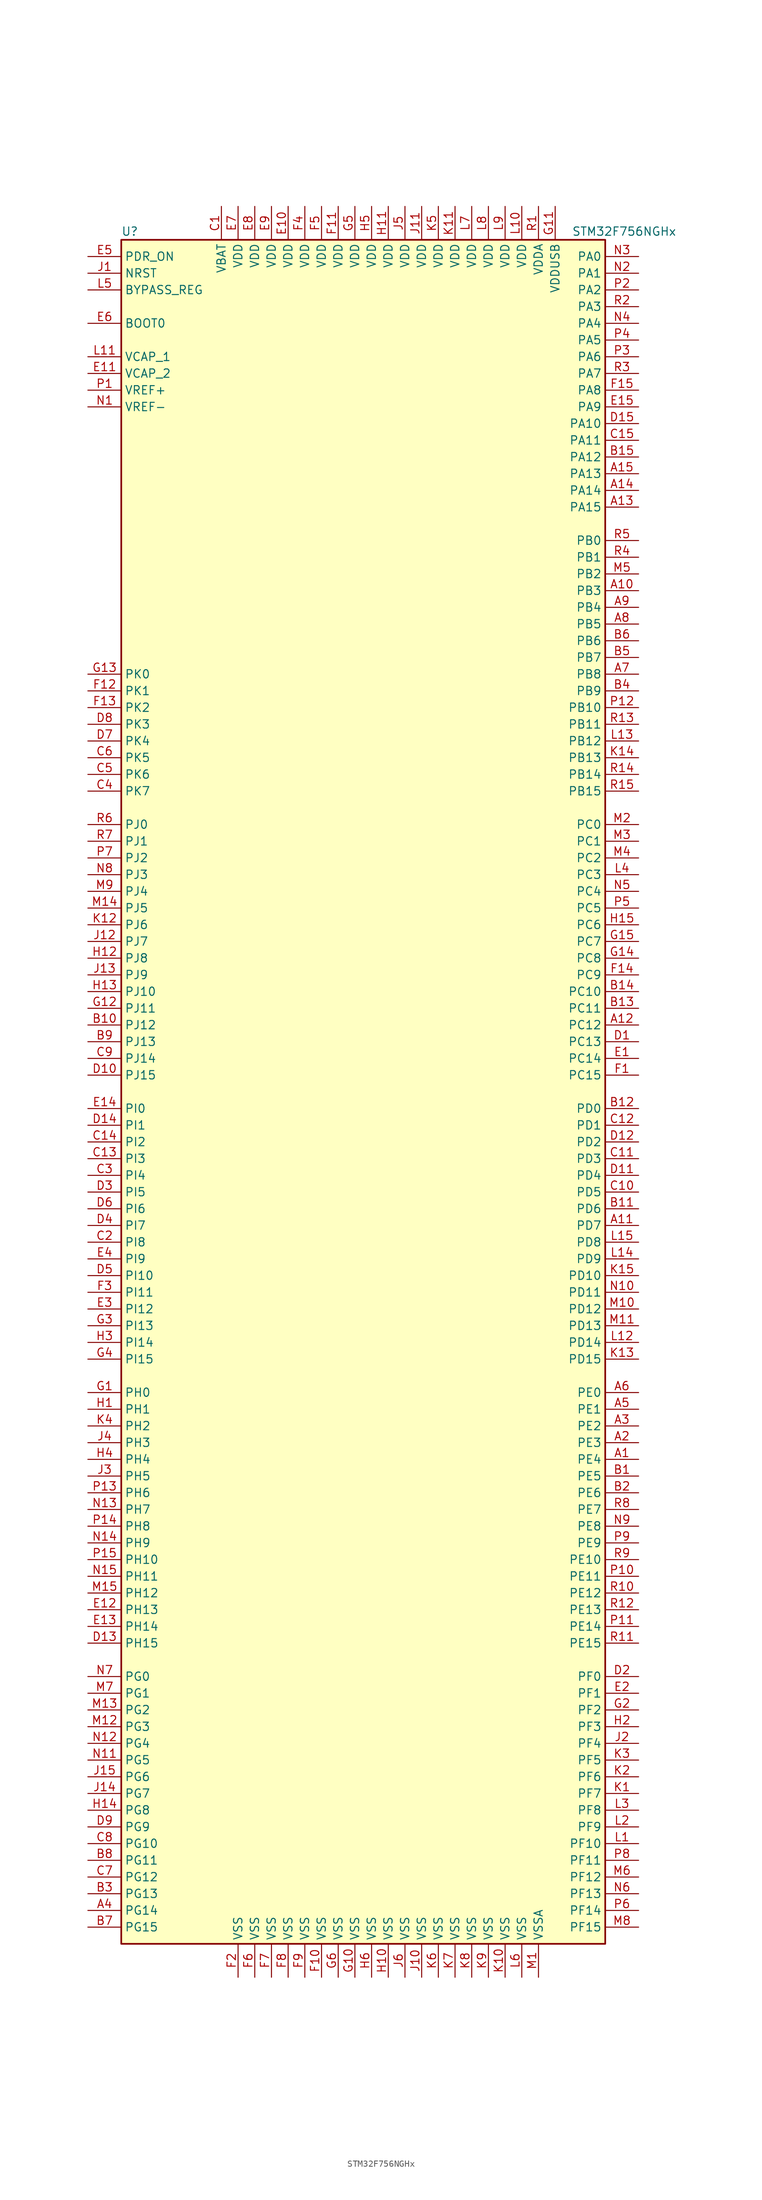
<source format=kicad_sym>
(kicad_symbol_lib
  (version 20201005)
  (generator kicad_symbol_editor)
  (symbol "MCU_ST_STM32F7:STM32F756NGHx"
    (property "Reference" "U"
      (at -38.1 130.81 0)
      (effects (font (size 1.27 1.27)) (justify left)))
    (property "Value" "STM32F756NGHx"
      (at 30.48 130.81 0)
      (effects (font (size 1.27 1.27)) (justify left)))
    (symbol "STM32F756NGHx_0_1"
      (rectangle (start -38.1 -129.54) (end 35.56 129.54) (stroke (width 0.254)) (fill (type background))))
    (symbol "STM32F756NGHx_1_1"
      (pin input line (at -43.18 116.84 0) (length 5.08) (name "BOOT0" (effects (font (size 1.27 1.27)))) (number "E6" (effects (font (size 1.27 1.27)))))
      (pin input line (at -43.18 121.92 0) (length 5.08) (name "BYPASS_REG" (effects (font (size 1.27 1.27)))) (number "L5" (effects (font (size 1.27 1.27)))))
      (pin input line (at -43.18 124.46 0) (length 5.08) (name "NRST" (effects (font (size 1.27 1.27)))) (number "J1" (effects (font (size 1.27 1.27)))))
      (pin bidirectional line (at 40.64 127 180) (length 5.08) (name "PA0" (effects (font (size 1.27 1.27)))) (number "N3" (effects (font (size 1.27 1.27)))))
      (pin bidirectional line (at 40.64 124.46 180) (length 5.08) (name "PA1" (effects (font (size 1.27 1.27)))) (number "N2" (effects (font (size 1.27 1.27)))))
      (pin bidirectional line (at 40.64 101.6 180) (length 5.08) (name "PA10" (effects (font (size 1.27 1.27)))) (number "D15" (effects (font (size 1.27 1.27)))))
      (pin bidirectional line (at 40.64 99.06 180) (length 5.08) (name "PA11" (effects (font (size 1.27 1.27)))) (number "C15" (effects (font (size 1.27 1.27)))))
      (pin bidirectional line (at 40.64 96.52 180) (length 5.08) (name "PA12" (effects (font (size 1.27 1.27)))) (number "B15" (effects (font (size 1.27 1.27)))))
      (pin bidirectional line (at 40.64 93.98 180) (length 5.08) (name "PA13" (effects (font (size 1.27 1.27)))) (number "A15" (effects (font (size 1.27 1.27)))))
      (pin bidirectional line (at 40.64 91.44 180) (length 5.08) (name "PA14" (effects (font (size 1.27 1.27)))) (number "A14" (effects (font (size 1.27 1.27)))))
      (pin bidirectional line (at 40.64 88.9 180) (length 5.08) (name "PA15" (effects (font (size 1.27 1.27)))) (number "A13" (effects (font (size 1.27 1.27)))))
      (pin bidirectional line (at 40.64 121.92 180) (length 5.08) (name "PA2" (effects (font (size 1.27 1.27)))) (number "P2" (effects (font (size 1.27 1.27)))))
      (pin bidirectional line (at 40.64 119.38 180) (length 5.08) (name "PA3" (effects (font (size 1.27 1.27)))) (number "R2" (effects (font (size 1.27 1.27)))))
      (pin bidirectional line (at 40.64 116.84 180) (length 5.08) (name "PA4" (effects (font (size 1.27 1.27)))) (number "N4" (effects (font (size 1.27 1.27)))))
      (pin bidirectional line (at 40.64 114.3 180) (length 5.08) (name "PA5" (effects (font (size 1.27 1.27)))) (number "P4" (effects (font (size 1.27 1.27)))))
      (pin bidirectional line (at 40.64 111.76 180) (length 5.08) (name "PA6" (effects (font (size 1.27 1.27)))) (number "P3" (effects (font (size 1.27 1.27)))))
      (pin bidirectional line (at 40.64 109.22 180) (length 5.08) (name "PA7" (effects (font (size 1.27 1.27)))) (number "R3" (effects (font (size 1.27 1.27)))))
      (pin bidirectional line (at 40.64 106.68 180) (length 5.08) (name "PA8" (effects (font (size 1.27 1.27)))) (number "F15" (effects (font (size 1.27 1.27)))))
      (pin bidirectional line (at 40.64 104.14 180) (length 5.08) (name "PA9" (effects (font (size 1.27 1.27)))) (number "E15" (effects (font (size 1.27 1.27)))))
      (pin bidirectional line (at 40.64 83.82 180) (length 5.08) (name "PB0" (effects (font (size 1.27 1.27)))) (number "R5" (effects (font (size 1.27 1.27)))))
      (pin bidirectional line (at 40.64 81.28 180) (length 5.08) (name "PB1" (effects (font (size 1.27 1.27)))) (number "R4" (effects (font (size 1.27 1.27)))))
      (pin bidirectional line (at 40.64 58.42 180) (length 5.08) (name "PB10" (effects (font (size 1.27 1.27)))) (number "P12" (effects (font (size 1.27 1.27)))))
      (pin bidirectional line (at 40.64 55.88 180) (length 5.08) (name "PB11" (effects (font (size 1.27 1.27)))) (number "R13" (effects (font (size 1.27 1.27)))))
      (pin bidirectional line (at 40.64 53.34 180) (length 5.08) (name "PB12" (effects (font (size 1.27 1.27)))) (number "L13" (effects (font (size 1.27 1.27)))))
      (pin bidirectional line (at 40.64 50.8 180) (length 5.08) (name "PB13" (effects (font (size 1.27 1.27)))) (number "K14" (effects (font (size 1.27 1.27)))))
      (pin bidirectional line (at 40.64 48.26 180) (length 5.08) (name "PB14" (effects (font (size 1.27 1.27)))) (number "R14" (effects (font (size 1.27 1.27)))))
      (pin bidirectional line (at 40.64 45.72 180) (length 5.08) (name "PB15" (effects (font (size 1.27 1.27)))) (number "R15" (effects (font (size 1.27 1.27)))))
      (pin bidirectional line (at 40.64 78.74 180) (length 5.08) (name "PB2" (effects (font (size 1.27 1.27)))) (number "M5" (effects (font (size 1.27 1.27)))))
      (pin bidirectional line (at 40.64 76.2 180) (length 5.08) (name "PB3" (effects (font (size 1.27 1.27)))) (number "A10" (effects (font (size 1.27 1.27)))))
      (pin bidirectional line (at 40.64 73.66 180) (length 5.08) (name "PB4" (effects (font (size 1.27 1.27)))) (number "A9" (effects (font (size 1.27 1.27)))))
      (pin bidirectional line (at 40.64 71.12 180) (length 5.08) (name "PB5" (effects (font (size 1.27 1.27)))) (number "A8" (effects (font (size 1.27 1.27)))))
      (pin bidirectional line (at 40.64 68.58 180) (length 5.08) (name "PB6" (effects (font (size 1.27 1.27)))) (number "B6" (effects (font (size 1.27 1.27)))))
      (pin bidirectional line (at 40.64 66.04 180) (length 5.08) (name "PB7" (effects (font (size 1.27 1.27)))) (number "B5" (effects (font (size 1.27 1.27)))))
      (pin bidirectional line (at 40.64 63.5 180) (length 5.08) (name "PB8" (effects (font (size 1.27 1.27)))) (number "A7" (effects (font (size 1.27 1.27)))))
      (pin bidirectional line (at 40.64 60.96 180) (length 5.08) (name "PB9" (effects (font (size 1.27 1.27)))) (number "B4" (effects (font (size 1.27 1.27)))))
      (pin bidirectional line (at 40.64 40.64 180) (length 5.08) (name "PC0" (effects (font (size 1.27 1.27)))) (number "M2" (effects (font (size 1.27 1.27)))))
      (pin bidirectional line (at 40.64 38.1 180) (length 5.08) (name "PC1" (effects (font (size 1.27 1.27)))) (number "M3" (effects (font (size 1.27 1.27)))))
      (pin bidirectional line (at 40.64 15.24 180) (length 5.08) (name "PC10" (effects (font (size 1.27 1.27)))) (number "B14" (effects (font (size 1.27 1.27)))))
      (pin bidirectional line (at 40.64 12.7 180) (length 5.08) (name "PC11" (effects (font (size 1.27 1.27)))) (number "B13" (effects (font (size 1.27 1.27)))))
      (pin bidirectional line (at 40.64 10.16 180) (length 5.08) (name "PC12" (effects (font (size 1.27 1.27)))) (number "A12" (effects (font (size 1.27 1.27)))))
      (pin bidirectional line (at 40.64 7.62 180) (length 5.08) (name "PC13" (effects (font (size 1.27 1.27)))) (number "D1" (effects (font (size 1.27 1.27)))))
      (pin bidirectional line (at 40.64 5.08 180) (length 5.08) (name "PC14" (effects (font (size 1.27 1.27)))) (number "E1" (effects (font (size 1.27 1.27)))))
      (pin bidirectional line (at 40.64 2.54 180) (length 5.08) (name "PC15" (effects (font (size 1.27 1.27)))) (number "F1" (effects (font (size 1.27 1.27)))))
      (pin bidirectional line (at 40.64 35.56 180) (length 5.08) (name "PC2" (effects (font (size 1.27 1.27)))) (number "M4" (effects (font (size 1.27 1.27)))))
      (pin bidirectional line (at 40.64 33.02 180) (length 5.08) (name "PC3" (effects (font (size 1.27 1.27)))) (number "L4" (effects (font (size 1.27 1.27)))))
      (pin bidirectional line (at 40.64 30.48 180) (length 5.08) (name "PC4" (effects (font (size 1.27 1.27)))) (number "N5" (effects (font (size 1.27 1.27)))))
      (pin bidirectional line (at 40.64 27.94 180) (length 5.08) (name "PC5" (effects (font (size 1.27 1.27)))) (number "P5" (effects (font (size 1.27 1.27)))))
      (pin bidirectional line (at 40.64 25.4 180) (length 5.08) (name "PC6" (effects (font (size 1.27 1.27)))) (number "H15" (effects (font (size 1.27 1.27)))))
      (pin bidirectional line (at 40.64 22.86 180) (length 5.08) (name "PC7" (effects (font (size 1.27 1.27)))) (number "G15" (effects (font (size 1.27 1.27)))))
      (pin bidirectional line (at 40.64 20.32 180) (length 5.08) (name "PC8" (effects (font (size 1.27 1.27)))) (number "G14" (effects (font (size 1.27 1.27)))))
      (pin bidirectional line (at 40.64 17.78 180) (length 5.08) (name "PC9" (effects (font (size 1.27 1.27)))) (number "F14" (effects (font (size 1.27 1.27)))))
      (pin bidirectional line (at 40.64 -2.54 180) (length 5.08) (name "PD0" (effects (font (size 1.27 1.27)))) (number "B12" (effects (font (size 1.27 1.27)))))
      (pin bidirectional line (at 40.64 -5.08 180) (length 5.08) (name "PD1" (effects (font (size 1.27 1.27)))) (number "C12" (effects (font (size 1.27 1.27)))))
      (pin bidirectional line (at 40.64 -27.94 180) (length 5.08) (name "PD10" (effects (font (size 1.27 1.27)))) (number "K15" (effects (font (size 1.27 1.27)))))
      (pin bidirectional line (at 40.64 -30.48 180) (length 5.08) (name "PD11" (effects (font (size 1.27 1.27)))) (number "N10" (effects (font (size 1.27 1.27)))))
      (pin bidirectional line (at 40.64 -33.02 180) (length 5.08) (name "PD12" (effects (font (size 1.27 1.27)))) (number "M10" (effects (font (size 1.27 1.27)))))
      (pin bidirectional line (at 40.64 -35.56 180) (length 5.08) (name "PD13" (effects (font (size 1.27 1.27)))) (number "M11" (effects (font (size 1.27 1.27)))))
      (pin bidirectional line (at 40.64 -38.1 180) (length 5.08) (name "PD14" (effects (font (size 1.27 1.27)))) (number "L12" (effects (font (size 1.27 1.27)))))
      (pin bidirectional line (at 40.64 -40.64 180) (length 5.08) (name "PD15" (effects (font (size 1.27 1.27)))) (number "K13" (effects (font (size 1.27 1.27)))))
      (pin bidirectional line (at 40.64 -7.62 180) (length 5.08) (name "PD2" (effects (font (size 1.27 1.27)))) (number "D12" (effects (font (size 1.27 1.27)))))
      (pin bidirectional line (at 40.64 -10.16 180) (length 5.08) (name "PD3" (effects (font (size 1.27 1.27)))) (number "C11" (effects (font (size 1.27 1.27)))))
      (pin bidirectional line (at 40.64 -12.7 180) (length 5.08) (name "PD4" (effects (font (size 1.27 1.27)))) (number "D11" (effects (font (size 1.27 1.27)))))
      (pin bidirectional line (at 40.64 -15.24 180) (length 5.08) (name "PD5" (effects (font (size 1.27 1.27)))) (number "C10" (effects (font (size 1.27 1.27)))))
      (pin bidirectional line (at 40.64 -17.78 180) (length 5.08) (name "PD6" (effects (font (size 1.27 1.27)))) (number "B11" (effects (font (size 1.27 1.27)))))
      (pin bidirectional line (at 40.64 -20.32 180) (length 5.08) (name "PD7" (effects (font (size 1.27 1.27)))) (number "A11" (effects (font (size 1.27 1.27)))))
      (pin bidirectional line (at 40.64 -22.86 180) (length 5.08) (name "PD8" (effects (font (size 1.27 1.27)))) (number "L15" (effects (font (size 1.27 1.27)))))
      (pin bidirectional line (at 40.64 -25.4 180) (length 5.08) (name "PD9" (effects (font (size 1.27 1.27)))) (number "L14" (effects (font (size 1.27 1.27)))))
      (pin input line (at -43.18 127 0) (length 5.08) (name "PDR_ON" (effects (font (size 1.27 1.27)))) (number "E5" (effects (font (size 1.27 1.27)))))
      (pin bidirectional line (at 40.64 -45.72 180) (length 5.08) (name "PE0" (effects (font (size 1.27 1.27)))) (number "A6" (effects (font (size 1.27 1.27)))))
      (pin bidirectional line (at 40.64 -48.26 180) (length 5.08) (name "PE1" (effects (font (size 1.27 1.27)))) (number "A5" (effects (font (size 1.27 1.27)))))
      (pin bidirectional line (at 40.64 -71.12 180) (length 5.08) (name "PE10" (effects (font (size 1.27 1.27)))) (number "R9" (effects (font (size 1.27 1.27)))))
      (pin bidirectional line (at 40.64 -73.66 180) (length 5.08) (name "PE11" (effects (font (size 1.27 1.27)))) (number "P10" (effects (font (size 1.27 1.27)))))
      (pin bidirectional line (at 40.64 -76.2 180) (length 5.08) (name "PE12" (effects (font (size 1.27 1.27)))) (number "R10" (effects (font (size 1.27 1.27)))))
      (pin bidirectional line (at 40.64 -78.74 180) (length 5.08) (name "PE13" (effects (font (size 1.27 1.27)))) (number "R12" (effects (font (size 1.27 1.27)))))
      (pin bidirectional line (at 40.64 -81.28 180) (length 5.08) (name "PE14" (effects (font (size 1.27 1.27)))) (number "P11" (effects (font (size 1.27 1.27)))))
      (pin bidirectional line (at 40.64 -83.82 180) (length 5.08) (name "PE15" (effects (font (size 1.27 1.27)))) (number "R11" (effects (font (size 1.27 1.27)))))
      (pin bidirectional line (at 40.64 -50.8 180) (length 5.08) (name "PE2" (effects (font (size 1.27 1.27)))) (number "A3" (effects (font (size 1.27 1.27)))))
      (pin bidirectional line (at 40.64 -53.34 180) (length 5.08) (name "PE3" (effects (font (size 1.27 1.27)))) (number "A2" (effects (font (size 1.27 1.27)))))
      (pin bidirectional line (at 40.64 -55.88 180) (length 5.08) (name "PE4" (effects (font (size 1.27 1.27)))) (number "A1" (effects (font (size 1.27 1.27)))))
      (pin bidirectional line (at 40.64 -58.42 180) (length 5.08) (name "PE5" (effects (font (size 1.27 1.27)))) (number "B1" (effects (font (size 1.27 1.27)))))
      (pin bidirectional line (at 40.64 -60.96 180) (length 5.08) (name "PE6" (effects (font (size 1.27 1.27)))) (number "B2" (effects (font (size 1.27 1.27)))))
      (pin bidirectional line (at 40.64 -63.5 180) (length 5.08) (name "PE7" (effects (font (size 1.27 1.27)))) (number "R8" (effects (font (size 1.27 1.27)))))
      (pin bidirectional line (at 40.64 -66.04 180) (length 5.08) (name "PE8" (effects (font (size 1.27 1.27)))) (number "N9" (effects (font (size 1.27 1.27)))))
      (pin bidirectional line (at 40.64 -68.58 180) (length 5.08) (name "PE9" (effects (font (size 1.27 1.27)))) (number "P9" (effects (font (size 1.27 1.27)))))
      (pin bidirectional line (at 40.64 -88.9 180) (length 5.08) (name "PF0" (effects (font (size 1.27 1.27)))) (number "D2" (effects (font (size 1.27 1.27)))))
      (pin bidirectional line (at 40.64 -91.44 180) (length 5.08) (name "PF1" (effects (font (size 1.27 1.27)))) (number "E2" (effects (font (size 1.27 1.27)))))
      (pin bidirectional line (at 40.64 -114.3 180) (length 5.08) (name "PF10" (effects (font (size 1.27 1.27)))) (number "L1" (effects (font (size 1.27 1.27)))))
      (pin bidirectional line (at 40.64 -116.84 180) (length 5.08) (name "PF11" (effects (font (size 1.27 1.27)))) (number "P8" (effects (font (size 1.27 1.27)))))
      (pin bidirectional line (at 40.64 -119.38 180) (length 5.08) (name "PF12" (effects (font (size 1.27 1.27)))) (number "M6" (effects (font (size 1.27 1.27)))))
      (pin bidirectional line (at 40.64 -121.92 180) (length 5.08) (name "PF13" (effects (font (size 1.27 1.27)))) (number "N6" (effects (font (size 1.27 1.27)))))
      (pin bidirectional line (at 40.64 -124.46 180) (length 5.08) (name "PF14" (effects (font (size 1.27 1.27)))) (number "P6" (effects (font (size 1.27 1.27)))))
      (pin bidirectional line (at 40.64 -127 180) (length 5.08) (name "PF15" (effects (font (size 1.27 1.27)))) (number "M8" (effects (font (size 1.27 1.27)))))
      (pin bidirectional line (at 40.64 -93.98 180) (length 5.08) (name "PF2" (effects (font (size 1.27 1.27)))) (number "G2" (effects (font (size 1.27 1.27)))))
      (pin bidirectional line (at 40.64 -96.52 180) (length 5.08) (name "PF3" (effects (font (size 1.27 1.27)))) (number "H2" (effects (font (size 1.27 1.27)))))
      (pin bidirectional line (at 40.64 -99.06 180) (length 5.08) (name "PF4" (effects (font (size 1.27 1.27)))) (number "J2" (effects (font (size 1.27 1.27)))))
      (pin bidirectional line (at 40.64 -101.6 180) (length 5.08) (name "PF5" (effects (font (size 1.27 1.27)))) (number "K3" (effects (font (size 1.27 1.27)))))
      (pin bidirectional line (at 40.64 -104.14 180) (length 5.08) (name "PF6" (effects (font (size 1.27 1.27)))) (number "K2" (effects (font (size 1.27 1.27)))))
      (pin bidirectional line (at 40.64 -106.68 180) (length 5.08) (name "PF7" (effects (font (size 1.27 1.27)))) (number "K1" (effects (font (size 1.27 1.27)))))
      (pin bidirectional line (at 40.64 -109.22 180) (length 5.08) (name "PF8" (effects (font (size 1.27 1.27)))) (number "L3" (effects (font (size 1.27 1.27)))))
      (pin bidirectional line (at 40.64 -111.76 180) (length 5.08) (name "PF9" (effects (font (size 1.27 1.27)))) (number "L2" (effects (font (size 1.27 1.27)))))
      (pin bidirectional line (at -43.18 -88.9 0) (length 5.08) (name "PG0" (effects (font (size 1.27 1.27)))) (number "N7" (effects (font (size 1.27 1.27)))))
      (pin bidirectional line (at -43.18 -91.44 0) (length 5.08) (name "PG1" (effects (font (size 1.27 1.27)))) (number "M7" (effects (font (size 1.27 1.27)))))
      (pin bidirectional line (at -43.18 -114.3 0) (length 5.08) (name "PG10" (effects (font (size 1.27 1.27)))) (number "C8" (effects (font (size 1.27 1.27)))))
      (pin bidirectional line (at -43.18 -116.84 0) (length 5.08) (name "PG11" (effects (font (size 1.27 1.27)))) (number "B8" (effects (font (size 1.27 1.27)))))
      (pin bidirectional line (at -43.18 -119.38 0) (length 5.08) (name "PG12" (effects (font (size 1.27 1.27)))) (number "C7" (effects (font (size 1.27 1.27)))))
      (pin bidirectional line (at -43.18 -121.92 0) (length 5.08) (name "PG13" (effects (font (size 1.27 1.27)))) (number "B3" (effects (font (size 1.27 1.27)))))
      (pin bidirectional line (at -43.18 -124.46 0) (length 5.08) (name "PG14" (effects (font (size 1.27 1.27)))) (number "A4" (effects (font (size 1.27 1.27)))))
      (pin bidirectional line (at -43.18 -127 0) (length 5.08) (name "PG15" (effects (font (size 1.27 1.27)))) (number "B7" (effects (font (size 1.27 1.27)))))
      (pin bidirectional line (at -43.18 -93.98 0) (length 5.08) (name "PG2" (effects (font (size 1.27 1.27)))) (number "M13" (effects (font (size 1.27 1.27)))))
      (pin bidirectional line (at -43.18 -96.52 0) (length 5.08) (name "PG3" (effects (font (size 1.27 1.27)))) (number "M12" (effects (font (size 1.27 1.27)))))
      (pin bidirectional line (at -43.18 -99.06 0) (length 5.08) (name "PG4" (effects (font (size 1.27 1.27)))) (number "N12" (effects (font (size 1.27 1.27)))))
      (pin bidirectional line (at -43.18 -101.6 0) (length 5.08) (name "PG5" (effects (font (size 1.27 1.27)))) (number "N11" (effects (font (size 1.27 1.27)))))
      (pin bidirectional line (at -43.18 -104.14 0) (length 5.08) (name "PG6" (effects (font (size 1.27 1.27)))) (number "J15" (effects (font (size 1.27 1.27)))))
      (pin bidirectional line (at -43.18 -106.68 0) (length 5.08) (name "PG7" (effects (font (size 1.27 1.27)))) (number "J14" (effects (font (size 1.27 1.27)))))
      (pin bidirectional line (at -43.18 -109.22 0) (length 5.08) (name "PG8" (effects (font (size 1.27 1.27)))) (number "H14" (effects (font (size 1.27 1.27)))))
      (pin bidirectional line (at -43.18 -111.76 0) (length 5.08) (name "PG9" (effects (font (size 1.27 1.27)))) (number "D9" (effects (font (size 1.27 1.27)))))
      (pin input line (at -43.18 -45.72 0) (length 5.08) (name "PH0" (effects (font (size 1.27 1.27)))) (number "G1" (effects (font (size 1.27 1.27)))))
      (pin input line (at -43.18 -48.26 0) (length 5.08) (name "PH1" (effects (font (size 1.27 1.27)))) (number "H1" (effects (font (size 1.27 1.27)))))
      (pin bidirectional line (at -43.18 -71.12 0) (length 5.08) (name "PH10" (effects (font (size 1.27 1.27)))) (number "P15" (effects (font (size 1.27 1.27)))))
      (pin bidirectional line (at -43.18 -73.66 0) (length 5.08) (name "PH11" (effects (font (size 1.27 1.27)))) (number "N15" (effects (font (size 1.27 1.27)))))
      (pin bidirectional line (at -43.18 -76.2 0) (length 5.08) (name "PH12" (effects (font (size 1.27 1.27)))) (number "M15" (effects (font (size 1.27 1.27)))))
      (pin bidirectional line (at -43.18 -78.74 0) (length 5.08) (name "PH13" (effects (font (size 1.27 1.27)))) (number "E12" (effects (font (size 1.27 1.27)))))
      (pin bidirectional line (at -43.18 -81.28 0) (length 5.08) (name "PH14" (effects (font (size 1.27 1.27)))) (number "E13" (effects (font (size 1.27 1.27)))))
      (pin bidirectional line (at -43.18 -83.82 0) (length 5.08) (name "PH15" (effects (font (size 1.27 1.27)))) (number "D13" (effects (font (size 1.27 1.27)))))
      (pin bidirectional line (at -43.18 -50.8 0) (length 5.08) (name "PH2" (effects (font (size 1.27 1.27)))) (number "K4" (effects (font (size 1.27 1.27)))))
      (pin bidirectional line (at -43.18 -53.34 0) (length 5.08) (name "PH3" (effects (font (size 1.27 1.27)))) (number "J4" (effects (font (size 1.27 1.27)))))
      (pin bidirectional line (at -43.18 -55.88 0) (length 5.08) (name "PH4" (effects (font (size 1.27 1.27)))) (number "H4" (effects (font (size 1.27 1.27)))))
      (pin bidirectional line (at -43.18 -58.42 0) (length 5.08) (name "PH5" (effects (font (size 1.27 1.27)))) (number "J3" (effects (font (size 1.27 1.27)))))
      (pin bidirectional line (at -43.18 -60.96 0) (length 5.08) (name "PH6" (effects (font (size 1.27 1.27)))) (number "P13" (effects (font (size 1.27 1.27)))))
      (pin bidirectional line (at -43.18 -63.5 0) (length 5.08) (name "PH7" (effects (font (size 1.27 1.27)))) (number "N13" (effects (font (size 1.27 1.27)))))
      (pin bidirectional line (at -43.18 -66.04 0) (length 5.08) (name "PH8" (effects (font (size 1.27 1.27)))) (number "P14" (effects (font (size 1.27 1.27)))))
      (pin bidirectional line (at -43.18 -68.58 0) (length 5.08) (name "PH9" (effects (font (size 1.27 1.27)))) (number "N14" (effects (font (size 1.27 1.27)))))
      (pin bidirectional line (at -43.18 -2.54 0) (length 5.08) (name "PI0" (effects (font (size 1.27 1.27)))) (number "E14" (effects (font (size 1.27 1.27)))))
      (pin bidirectional line (at -43.18 -5.08 0) (length 5.08) (name "PI1" (effects (font (size 1.27 1.27)))) (number "D14" (effects (font (size 1.27 1.27)))))
      (pin bidirectional line (at -43.18 -27.94 0) (length 5.08) (name "PI10" (effects (font (size 1.27 1.27)))) (number "D5" (effects (font (size 1.27 1.27)))))
      (pin bidirectional line (at -43.18 -30.48 0) (length 5.08) (name "PI11" (effects (font (size 1.27 1.27)))) (number "F3" (effects (font (size 1.27 1.27)))))
      (pin bidirectional line (at -43.18 -33.02 0) (length 5.08) (name "PI12" (effects (font (size 1.27 1.27)))) (number "E3" (effects (font (size 1.27 1.27)))))
      (pin bidirectional line (at -43.18 -35.56 0) (length 5.08) (name "PI13" (effects (font (size 1.27 1.27)))) (number "G3" (effects (font (size 1.27 1.27)))))
      (pin bidirectional line (at -43.18 -38.1 0) (length 5.08) (name "PI14" (effects (font (size 1.27 1.27)))) (number "H3" (effects (font (size 1.27 1.27)))))
      (pin bidirectional line (at -43.18 -40.64 0) (length 5.08) (name "PI15" (effects (font (size 1.27 1.27)))) (number "G4" (effects (font (size 1.27 1.27)))))
      (pin bidirectional line (at -43.18 -7.62 0) (length 5.08) (name "PI2" (effects (font (size 1.27 1.27)))) (number "C14" (effects (font (size 1.27 1.27)))))
      (pin bidirectional line (at -43.18 -10.16 0) (length 5.08) (name "PI3" (effects (font (size 1.27 1.27)))) (number "C13" (effects (font (size 1.27 1.27)))))
      (pin bidirectional line (at -43.18 -12.7 0) (length 5.08) (name "PI4" (effects (font (size 1.27 1.27)))) (number "C3" (effects (font (size 1.27 1.27)))))
      (pin bidirectional line (at -43.18 -15.24 0) (length 5.08) (name "PI5" (effects (font (size 1.27 1.27)))) (number "D3" (effects (font (size 1.27 1.27)))))
      (pin bidirectional line (at -43.18 -17.78 0) (length 5.08) (name "PI6" (effects (font (size 1.27 1.27)))) (number "D6" (effects (font (size 1.27 1.27)))))
      (pin bidirectional line (at -43.18 -20.32 0) (length 5.08) (name "PI7" (effects (font (size 1.27 1.27)))) (number "D4" (effects (font (size 1.27 1.27)))))
      (pin bidirectional line (at -43.18 -22.86 0) (length 5.08) (name "PI8" (effects (font (size 1.27 1.27)))) (number "C2" (effects (font (size 1.27 1.27)))))
      (pin bidirectional line (at -43.18 -25.4 0) (length 5.08) (name "PI9" (effects (font (size 1.27 1.27)))) (number "E4" (effects (font (size 1.27 1.27)))))
      (pin bidirectional line (at -43.18 40.64 0) (length 5.08) (name "PJ0" (effects (font (size 1.27 1.27)))) (number "R6" (effects (font (size 1.27 1.27)))))
      (pin bidirectional line (at -43.18 38.1 0) (length 5.08) (name "PJ1" (effects (font (size 1.27 1.27)))) (number "R7" (effects (font (size 1.27 1.27)))))
      (pin bidirectional line (at -43.18 15.24 0) (length 5.08) (name "PJ10" (effects (font (size 1.27 1.27)))) (number "H13" (effects (font (size 1.27 1.27)))))
      (pin bidirectional line (at -43.18 12.7 0) (length 5.08) (name "PJ11" (effects (font (size 1.27 1.27)))) (number "G12" (effects (font (size 1.27 1.27)))))
      (pin bidirectional line (at -43.18 10.16 0) (length 5.08) (name "PJ12" (effects (font (size 1.27 1.27)))) (number "B10" (effects (font (size 1.27 1.27)))))
      (pin bidirectional line (at -43.18 7.62 0) (length 5.08) (name "PJ13" (effects (font (size 1.27 1.27)))) (number "B9" (effects (font (size 1.27 1.27)))))
      (pin bidirectional line (at -43.18 5.08 0) (length 5.08) (name "PJ14" (effects (font (size 1.27 1.27)))) (number "C9" (effects (font (size 1.27 1.27)))))
      (pin bidirectional line (at -43.18 2.54 0) (length 5.08) (name "PJ15" (effects (font (size 1.27 1.27)))) (number "D10" (effects (font (size 1.27 1.27)))))
      (pin bidirectional line (at -43.18 35.56 0) (length 5.08) (name "PJ2" (effects (font (size 1.27 1.27)))) (number "P7" (effects (font (size 1.27 1.27)))))
      (pin bidirectional line (at -43.18 33.02 0) (length 5.08) (name "PJ3" (effects (font (size 1.27 1.27)))) (number "N8" (effects (font (size 1.27 1.27)))))
      (pin bidirectional line (at -43.18 30.48 0) (length 5.08) (name "PJ4" (effects (font (size 1.27 1.27)))) (number "M9" (effects (font (size 1.27 1.27)))))
      (pin bidirectional line (at -43.18 27.94 0) (length 5.08) (name "PJ5" (effects (font (size 1.27 1.27)))) (number "M14" (effects (font (size 1.27 1.27)))))
      (pin bidirectional line (at -43.18 25.4 0) (length 5.08) (name "PJ6" (effects (font (size 1.27 1.27)))) (number "K12" (effects (font (size 1.27 1.27)))))
      (pin bidirectional line (at -43.18 22.86 0) (length 5.08) (name "PJ7" (effects (font (size 1.27 1.27)))) (number "J12" (effects (font (size 1.27 1.27)))))
      (pin bidirectional line (at -43.18 20.32 0) (length 5.08) (name "PJ8" (effects (font (size 1.27 1.27)))) (number "H12" (effects (font (size 1.27 1.27)))))
      (pin bidirectional line (at -43.18 17.78 0) (length 5.08) (name "PJ9" (effects (font (size 1.27 1.27)))) (number "J13" (effects (font (size 1.27 1.27)))))
      (pin bidirectional line (at -43.18 63.5 0) (length 5.08) (name "PK0" (effects (font (size 1.27 1.27)))) (number "G13" (effects (font (size 1.27 1.27)))))
      (pin bidirectional line (at -43.18 60.96 0) (length 5.08) (name "PK1" (effects (font (size 1.27 1.27)))) (number "F12" (effects (font (size 1.27 1.27)))))
      (pin bidirectional line (at -43.18 58.42 0) (length 5.08) (name "PK2" (effects (font (size 1.27 1.27)))) (number "F13" (effects (font (size 1.27 1.27)))))
      (pin bidirectional line (at -43.18 55.88 0) (length 5.08) (name "PK3" (effects (font (size 1.27 1.27)))) (number "D8" (effects (font (size 1.27 1.27)))))
      (pin bidirectional line (at -43.18 53.34 0) (length 5.08) (name "PK4" (effects (font (size 1.27 1.27)))) (number "D7" (effects (font (size 1.27 1.27)))))
      (pin bidirectional line (at -43.18 50.8 0) (length 5.08) (name "PK5" (effects (font (size 1.27 1.27)))) (number "C6" (effects (font (size 1.27 1.27)))))
      (pin bidirectional line (at -43.18 48.26 0) (length 5.08) (name "PK6" (effects (font (size 1.27 1.27)))) (number "C5" (effects (font (size 1.27 1.27)))))
      (pin bidirectional line (at -43.18 45.72 0) (length 5.08) (name "PK7" (effects (font (size 1.27 1.27)))) (number "C4" (effects (font (size 1.27 1.27)))))
      (pin power_in line (at -22.86 134.62 270) (length 5.08) (name "VBAT" (effects (font (size 1.27 1.27)))) (number "C1" (effects (font (size 1.27 1.27)))))
      (pin power_in line (at -43.18 111.76 0) (length 5.08) (name "VCAP_1" (effects (font (size 1.27 1.27)))) (number "L11" (effects (font (size 1.27 1.27)))))
      (pin power_in line (at -43.18 109.22 0) (length 5.08) (name "VCAP_2" (effects (font (size 1.27 1.27)))) (number "E11" (effects (font (size 1.27 1.27)))))
      (pin power_in line (at -12.7 134.62 270) (length 5.08) (name "VDD" (effects (font (size 1.27 1.27)))) (number "E10" (effects (font (size 1.27 1.27)))))
      (pin power_in line (at -20.32 134.62 270) (length 5.08) (name "VDD" (effects (font (size 1.27 1.27)))) (number "E7" (effects (font (size 1.27 1.27)))))
      (pin power_in line (at -17.78 134.62 270) (length 5.08) (name "VDD" (effects (font (size 1.27 1.27)))) (number "E8" (effects (font (size 1.27 1.27)))))
      (pin power_in line (at -15.24 134.62 270) (length 5.08) (name "VDD" (effects (font (size 1.27 1.27)))) (number "E9" (effects (font (size 1.27 1.27)))))
      (pin power_in line (at -5.08 134.62 270) (length 5.08) (name "VDD" (effects (font (size 1.27 1.27)))) (number "F11" (effects (font (size 1.27 1.27)))))
      (pin power_in line (at -10.16 134.62 270) (length 5.08) (name "VDD" (effects (font (size 1.27 1.27)))) (number "F4" (effects (font (size 1.27 1.27)))))
      (pin power_in line (at -7.62 134.62 270) (length 5.08) (name "VDD" (effects (font (size 1.27 1.27)))) (number "F5" (effects (font (size 1.27 1.27)))))
      (pin power_in line (at -2.54 134.62 270) (length 5.08) (name "VDD" (effects (font (size 1.27 1.27)))) (number "G5" (effects (font (size 1.27 1.27)))))
      (pin power_in line (at 2.54 134.62 270) (length 5.08) (name "VDD" (effects (font (size 1.27 1.27)))) (number "H11" (effects (font (size 1.27 1.27)))))
      (pin power_in line (at 0 134.62 270) (length 5.08) (name "VDD" (effects (font (size 1.27 1.27)))) (number "H5" (effects (font (size 1.27 1.27)))))
      (pin power_in line (at 7.62 134.62 270) (length 5.08) (name "VDD" (effects (font (size 1.27 1.27)))) (number "J11" (effects (font (size 1.27 1.27)))))
      (pin power_in line (at 5.08 134.62 270) (length 5.08) (name "VDD" (effects (font (size 1.27 1.27)))) (number "J5" (effects (font (size 1.27 1.27)))))
      (pin power_in line (at 12.7 134.62 270) (length 5.08) (name "VDD" (effects (font (size 1.27 1.27)))) (number "K11" (effects (font (size 1.27 1.27)))))
      (pin power_in line (at 10.16 134.62 270) (length 5.08) (name "VDD" (effects (font (size 1.27 1.27)))) (number "K5" (effects (font (size 1.27 1.27)))))
      (pin power_in line (at 22.86 134.62 270) (length 5.08) (name "VDD" (effects (font (size 1.27 1.27)))) (number "L10" (effects (font (size 1.27 1.27)))))
      (pin power_in line (at 15.24 134.62 270) (length 5.08) (name "VDD" (effects (font (size 1.27 1.27)))) (number "L7" (effects (font (size 1.27 1.27)))))
      (pin power_in line (at 17.78 134.62 270) (length 5.08) (name "VDD" (effects (font (size 1.27 1.27)))) (number "L8" (effects (font (size 1.27 1.27)))))
      (pin power_in line (at 20.32 134.62 270) (length 5.08) (name "VDD" (effects (font (size 1.27 1.27)))) (number "L9" (effects (font (size 1.27 1.27)))))
      (pin power_in line (at 25.4 134.62 270) (length 5.08) (name "VDDA" (effects (font (size 1.27 1.27)))) (number "R1" (effects (font (size 1.27 1.27)))))
      (pin power_in line (at 27.94 134.62 270) (length 5.08) (name "VDDUSB" (effects (font (size 1.27 1.27)))) (number "G11" (effects (font (size 1.27 1.27)))))
      (pin power_in line (at -43.18 106.68 0) (length 5.08) (name "VREF+" (effects (font (size 1.27 1.27)))) (number "P1" (effects (font (size 1.27 1.27)))))
      (pin power_in line (at -43.18 104.14 0) (length 5.08) (name "VREF-" (effects (font (size 1.27 1.27)))) (number "N1" (effects (font (size 1.27 1.27)))))
      (pin power_in line (at -7.62 -134.62 90) (length 5.08) (name "VSS" (effects (font (size 1.27 1.27)))) (number "F10" (effects (font (size 1.27 1.27)))))
      (pin power_in line (at -20.32 -134.62 90) (length 5.08) (name "VSS" (effects (font (size 1.27 1.27)))) (number "F2" (effects (font (size 1.27 1.27)))))
      (pin power_in line (at -17.78 -134.62 90) (length 5.08) (name "VSS" (effects (font (size 1.27 1.27)))) (number "F6" (effects (font (size 1.27 1.27)))))
      (pin power_in line (at -15.24 -134.62 90) (length 5.08) (name "VSS" (effects (font (size 1.27 1.27)))) (number "F7" (effects (font (size 1.27 1.27)))))
      (pin power_in line (at -12.7 -134.62 90) (length 5.08) (name "VSS" (effects (font (size 1.27 1.27)))) (number "F8" (effects (font (size 1.27 1.27)))))
      (pin power_in line (at -10.16 -134.62 90) (length 5.08) (name "VSS" (effects (font (size 1.27 1.27)))) (number "F9" (effects (font (size 1.27 1.27)))))
      (pin power_in line (at -2.54 -134.62 90) (length 5.08) (name "VSS" (effects (font (size 1.27 1.27)))) (number "G10" (effects (font (size 1.27 1.27)))))
      (pin power_in line (at -5.08 -134.62 90) (length 5.08) (name "VSS" (effects (font (size 1.27 1.27)))) (number "G6" (effects (font (size 1.27 1.27)))))
      (pin power_in line (at 2.54 -134.62 90) (length 5.08) (name "VSS" (effects (font (size 1.27 1.27)))) (number "H10" (effects (font (size 1.27 1.27)))))
      (pin power_in line (at 0 -134.62 90) (length 5.08) (name "VSS" (effects (font (size 1.27 1.27)))) (number "H6" (effects (font (size 1.27 1.27)))))
      (pin power_in line (at 7.62 -134.62 90) (length 5.08) (name "VSS" (effects (font (size 1.27 1.27)))) (number "J10" (effects (font (size 1.27 1.27)))))
      (pin power_in line (at 5.08 -134.62 90) (length 5.08) (name "VSS" (effects (font (size 1.27 1.27)))) (number "J6" (effects (font (size 1.27 1.27)))))
      (pin power_in line (at 20.32 -134.62 90) (length 5.08) (name "VSS" (effects (font (size 1.27 1.27)))) (number "K10" (effects (font (size 1.27 1.27)))))
      (pin power_in line (at 10.16 -134.62 90) (length 5.08) (name "VSS" (effects (font (size 1.27 1.27)))) (number "K6" (effects (font (size 1.27 1.27)))))
      (pin power_in line (at 12.7 -134.62 90) (length 5.08) (name "VSS" (effects (font (size 1.27 1.27)))) (number "K7" (effects (font (size 1.27 1.27)))))
      (pin power_in line (at 15.24 -134.62 90) (length 5.08) (name "VSS" (effects (font (size 1.27 1.27)))) (number "K8" (effects (font (size 1.27 1.27)))))
      (pin power_in line (at 17.78 -134.62 90) (length 5.08) (name "VSS" (effects (font (size 1.27 1.27)))) (number "K9" (effects (font (size 1.27 1.27)))))
      (pin power_in line (at 22.86 -134.62 90) (length 5.08) (name "VSS" (effects (font (size 1.27 1.27)))) (number "L6" (effects (font (size 1.27 1.27)))))
      (pin power_in line (at 25.4 -134.62 90) (length 5.08) (name "VSSA" (effects (font (size 1.27 1.27)))) (number "M1" (effects (font (size 1.27 1.27))))))))
</source>
